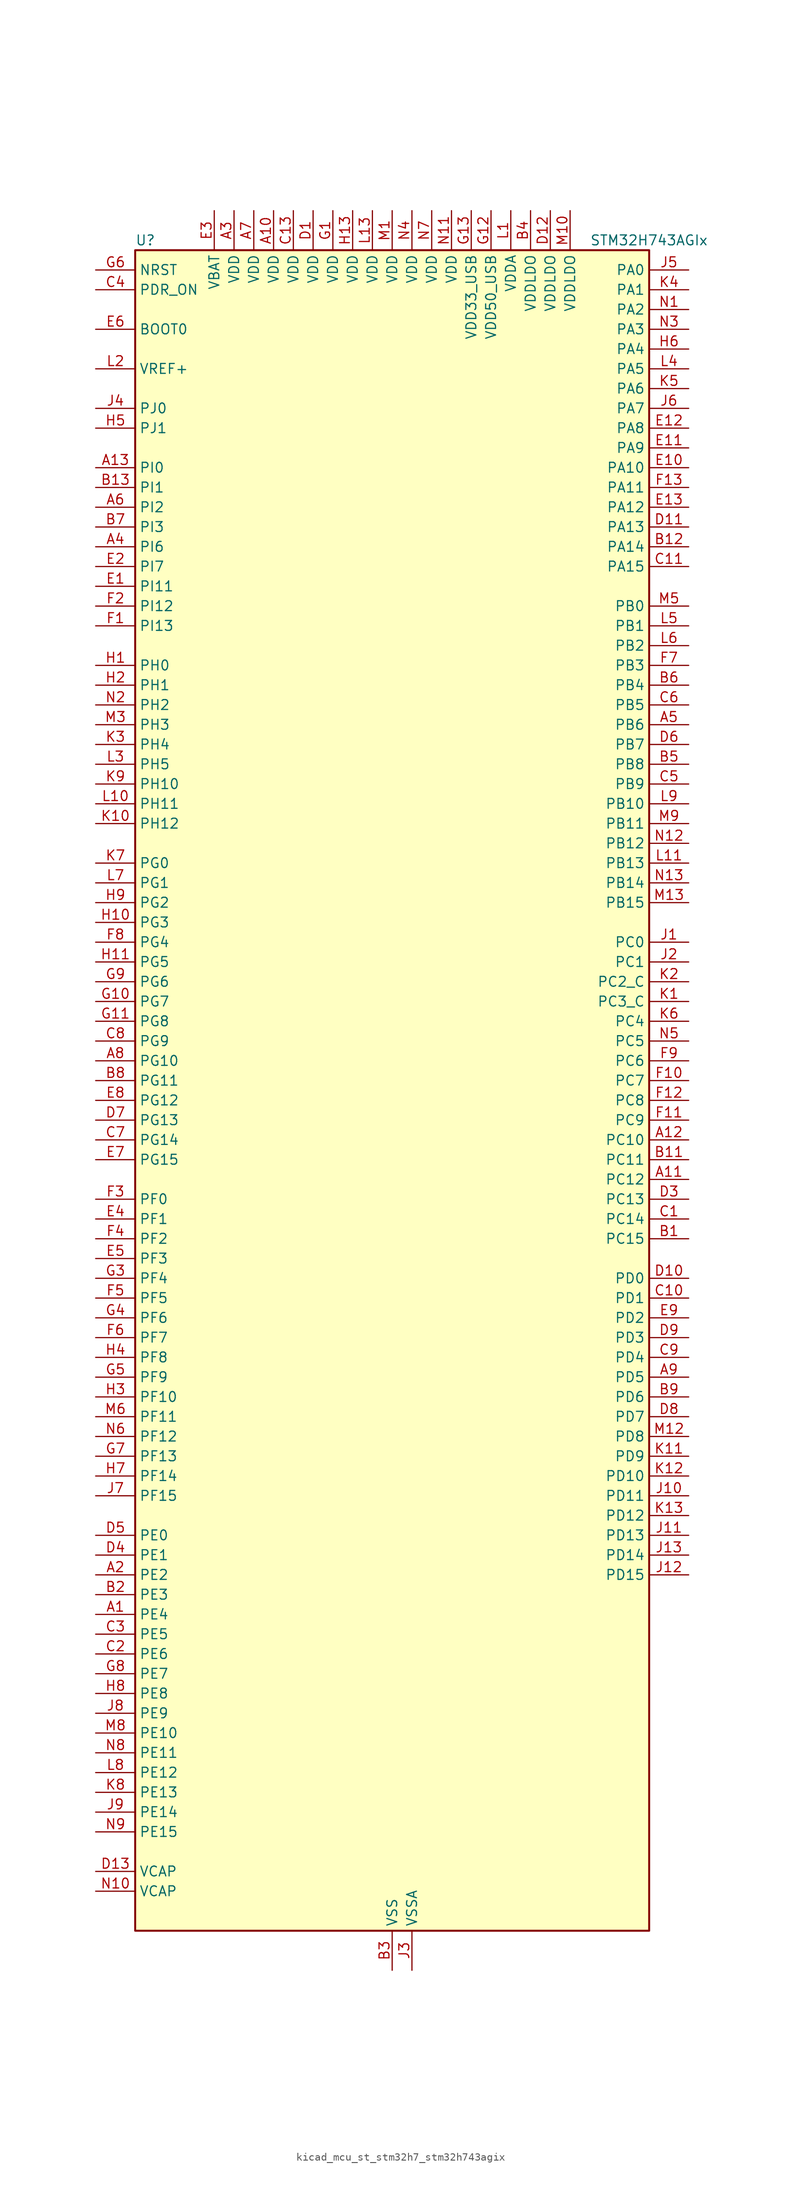
<source format=kicad_sym>
(kicad_symbol_lib
  (version 20220914)
  (generator kicad_symbol_editor)
  (symbol "kicad_mcu_st_stm32h7_stm32h743agix"
    (property "Reference" "U"
      (at -33.02 110.49 0)
      (effects (font (size 1.27 1.27)) (justify left)))
    (property "Value" "STM32H743AGIx"
      (at 25.4 110.49 0)
      (effects (font (size 1.27 1.27)) (justify left)))
    (property "ki_locked" ""
      (at 0 0 0)
      (effects (font (size 1.27 1.27))))
    (symbol "kicad_mcu_st_stm32h7_stm32h743agix_0_1"
      (rectangle (start -33.02 -106.68) (end 33.02 109.22) (stroke (width 0.254) (type default)) (fill (type background))))
    (symbol "kicad_mcu_st_stm32h7_stm32h743agix_1_1"
      (pin bidirectional line (at -38.1 -66.04 0) (length 5.08) (name "PE4" (effects (font (size 1.27 1.27)))) (number "A1" (effects (font (size 1.27 1.27)))) (alternate "DCMI_D4" bidirectional line) (alternate "DEBUG_TRACED1" bidirectional line) (alternate "DFSDM1_DATIN3" bidirectional line) (alternate "FMC_A20" bidirectional line) (alternate "LTDC_B0" bidirectional line) (alternate "SAI1_D2" bidirectional line) (alternate "SAI1_FS_A" bidirectional line) (alternate "SAI4_D2" bidirectional line) (alternate "SAI4_FS_A" bidirectional line) (alternate "SPI4_NSS" bidirectional line) (alternate "TIM15_CH1N" bidirectional line))
      (pin power_in line (at -15.24 114.3 270) (length 5.08) (name "VDD" (effects (font (size 1.27 1.27)))) (number "A10" (effects (font (size 1.27 1.27)))))
      (pin bidirectional line (at 38.1 -10.16 180) (length 5.08) (name "PC12" (effects (font (size 1.27 1.27)))) (number "A11" (effects (font (size 1.27 1.27)))) (alternate "DCMI_D9" bidirectional line) (alternate "DEBUG_TRACED3" bidirectional line) (alternate "HRTIM_EEV2" bidirectional line) (alternate "I2S3_SDO" bidirectional line) (alternate "SDMMC1_CK" bidirectional line) (alternate "SPI3_MOSI" bidirectional line) (alternate "UART5_TX" bidirectional line) (alternate "USART3_CK" bidirectional line))
      (pin bidirectional line (at 38.1 -5.08 180) (length 5.08) (name "PC10" (effects (font (size 1.27 1.27)))) (number "A12" (effects (font (size 1.27 1.27)))) (alternate "DCMI_D8" bidirectional line) (alternate "DFSDM1_CKIN5" bidirectional line) (alternate "HRTIM_EEV1" bidirectional line) (alternate "I2S3_CK" bidirectional line) (alternate "LTDC_R2" bidirectional line) (alternate "QUADSPI_BK1_IO1" bidirectional line) (alternate "SDMMC1_D2" bidirectional line) (alternate "SPI3_SCK" bidirectional line) (alternate "UART4_TX" bidirectional line) (alternate "USART3_TX" bidirectional line))
      (pin bidirectional line (at -38.1 81.28 0) (length 5.08) (name "PI0" (effects (font (size 1.27 1.27)))) (number "A13" (effects (font (size 1.27 1.27)))) (alternate "DCMI_D13" bidirectional line) (alternate "FMC_D24" bidirectional line) (alternate "I2S2_WS" bidirectional line) (alternate "LTDC_G5" bidirectional line) (alternate "SPI2_NSS" bidirectional line) (alternate "TIM5_CH4" bidirectional line))
      (pin bidirectional line (at -38.1 -60.96 0) (length 5.08) (name "PE2" (effects (font (size 1.27 1.27)))) (number "A2" (effects (font (size 1.27 1.27)))) (alternate "DEBUG_TRACECLK" bidirectional line) (alternate "ETH_TXD3" bidirectional line) (alternate "FMC_A23" bidirectional line) (alternate "QUADSPI_BK1_IO2" bidirectional line) (alternate "SAI1_CK1" bidirectional line) (alternate "SAI1_MCLK_A" bidirectional line) (alternate "SAI4_CK1" bidirectional line) (alternate "SAI4_MCLK_A" bidirectional line) (alternate "SPI4_SCK" bidirectional line))
      (pin power_in line (at -20.32 114.3 270) (length 5.08) (name "VDD" (effects (font (size 1.27 1.27)))) (number "A3" (effects (font (size 1.27 1.27)))))
      (pin bidirectional line (at -38.1 71.12 0) (length 5.08) (name "PI6" (effects (font (size 1.27 1.27)))) (number "A4" (effects (font (size 1.27 1.27)))) (alternate "DCMI_D6" bidirectional line) (alternate "FMC_D28" bidirectional line) (alternate "LTDC_B6" bidirectional line) (alternate "SAI2_SD_A" bidirectional line) (alternate "TIM8_CH2" bidirectional line))
      (pin bidirectional line (at 38.1 48.26 180) (length 5.08) (name "PB6" (effects (font (size 1.27 1.27)))) (number "A5" (effects (font (size 1.27 1.27)))) (alternate "CEC" bidirectional line) (alternate "DCMI_D5" bidirectional line) (alternate "DFSDM1_DATIN5" bidirectional line) (alternate "FDCAN2_TX" bidirectional line) (alternate "FMC_SDNE1" bidirectional line) (alternate "HRTIM_EEV8" bidirectional line) (alternate "I2C1_SCL" bidirectional line) (alternate "I2C4_SCL" bidirectional line) (alternate "LPUART1_TX" bidirectional line) (alternate "QUADSPI_BK1_NCS" bidirectional line) (alternate "TIM16_CH1N" bidirectional line) (alternate "TIM4_CH1" bidirectional line) (alternate "UART5_TX" bidirectional line) (alternate "USART1_TX" bidirectional line))
      (pin bidirectional line (at -38.1 76.2 0) (length 5.08) (name "PI2" (effects (font (size 1.27 1.27)))) (number "A6" (effects (font (size 1.27 1.27)))) (alternate "DCMI_D9" bidirectional line) (alternate "FMC_D26" bidirectional line) (alternate "I2S2_SDI" bidirectional line) (alternate "LTDC_G7" bidirectional line) (alternate "SPI2_MISO" bidirectional line) (alternate "TIM8_CH4" bidirectional line))
      (pin power_in line (at -17.78 114.3 270) (length 5.08) (name "VDD" (effects (font (size 1.27 1.27)))) (number "A7" (effects (font (size 1.27 1.27)))))
      (pin bidirectional line (at -38.1 5.08 0) (length 5.08) (name "PG10" (effects (font (size 1.27 1.27)))) (number "A8" (effects (font (size 1.27 1.27)))) (alternate "DCMI_D2" bidirectional line) (alternate "FMC_NE3" bidirectional line) (alternate "HRTIM_FLT5" bidirectional line) (alternate "I2S1_WS" bidirectional line) (alternate "LTDC_B2" bidirectional line) (alternate "LTDC_G3" bidirectional line) (alternate "SAI2_SD_B" bidirectional line) (alternate "SPI1_NSS" bidirectional line))
      (pin bidirectional line (at 38.1 -35.56 180) (length 5.08) (name "PD5" (effects (font (size 1.27 1.27)))) (number "A9" (effects (font (size 1.27 1.27)))) (alternate "FMC_NWE" bidirectional line) (alternate "HRTIM_EEV3" bidirectional line) (alternate "USART2_TX" bidirectional line))
      (pin bidirectional line (at 38.1 -17.78 180) (length 5.08) (name "PC15" (effects (font (size 1.27 1.27)))) (number "B1" (effects (font (size 1.27 1.27)))) (alternate "ADC1_EXTI15" bidirectional line) (alternate "ADC2_EXTI15" bidirectional line) (alternate "ADC3_EXTI15" bidirectional line) (alternate "RCC_OSC32_OUT" bidirectional line))
      (pin passive line (at 0 -111.76 90) (length 5.08) hide (name "VSS" (effects (font (size 1.27 1.27)))) (number "B10" (effects (font (size 1.27 1.27)))))
      (pin bidirectional line (at 38.1 -7.62 180) (length 5.08) (name "PC11" (effects (font (size 1.27 1.27)))) (number "B11" (effects (font (size 1.27 1.27)))) (alternate "ADC1_EXTI11" bidirectional line) (alternate "ADC2_EXTI11" bidirectional line) (alternate "ADC3_EXTI11" bidirectional line) (alternate "DCMI_D4" bidirectional line) (alternate "DFSDM1_DATIN5" bidirectional line) (alternate "HRTIM_FLT2" bidirectional line) (alternate "I2S3_SDI" bidirectional line) (alternate "QUADSPI_BK2_NCS" bidirectional line) (alternate "SDMMC1_D3" bidirectional line) (alternate "SPI3_MISO" bidirectional line) (alternate "UART4_RX" bidirectional line) (alternate "USART3_RX" bidirectional line))
      (pin bidirectional line (at 38.1 71.12 180) (length 5.08) (name "PA14" (effects (font (size 1.27 1.27)))) (number "B12" (effects (font (size 1.27 1.27)))) (alternate "DEBUG_JTCK-SWCLK" bidirectional line))
      (pin bidirectional line (at -38.1 78.74 0) (length 5.08) (name "PI1" (effects (font (size 1.27 1.27)))) (number "B13" (effects (font (size 1.27 1.27)))) (alternate "DCMI_D8" bidirectional line) (alternate "FMC_D25" bidirectional line) (alternate "I2S2_CK" bidirectional line) (alternate "LTDC_G6" bidirectional line) (alternate "SPI2_SCK" bidirectional line) (alternate "TIM8_BKIN2" bidirectional line) (alternate "TIM8_BKIN2_COMP1" bidirectional line) (alternate "TIM8_BKIN2_COMP2" bidirectional line))
      (pin bidirectional line (at -38.1 -63.5 0) (length 5.08) (name "PE3" (effects (font (size 1.27 1.27)))) (number "B2" (effects (font (size 1.27 1.27)))) (alternate "DEBUG_TRACED0" bidirectional line) (alternate "FMC_A19" bidirectional line) (alternate "SAI1_SD_B" bidirectional line) (alternate "SAI4_SD_B" bidirectional line) (alternate "TIM15_BKIN" bidirectional line))
      (pin power_in line (at 0 -111.76 90) (length 5.08) (name "VSS" (effects (font (size 1.27 1.27)))) (number "B3" (effects (font (size 1.27 1.27)))))
      (pin power_in line (at 17.78 114.3 270) (length 5.08) (name "VDDLDO" (effects (font (size 1.27 1.27)))) (number "B4" (effects (font (size 1.27 1.27)))))
      (pin bidirectional line (at 38.1 43.18 180) (length 5.08) (name "PB8" (effects (font (size 1.27 1.27)))) (number "B5" (effects (font (size 1.27 1.27)))) (alternate "DCMI_D6" bidirectional line) (alternate "DFSDM1_CKIN7" bidirectional line) (alternate "ETH_TXD3" bidirectional line) (alternate "FDCAN1_RX" bidirectional line) (alternate "I2C1_SCL" bidirectional line) (alternate "I2C4_SCL" bidirectional line) (alternate "LTDC_B6" bidirectional line) (alternate "SDMMC1_CKIN" bidirectional line) (alternate "SDMMC1_D4" bidirectional line) (alternate "SDMMC2_D4" bidirectional line) (alternate "TIM16_CH1" bidirectional line) (alternate "TIM4_CH3" bidirectional line) (alternate "UART4_RX" bidirectional line))
      (pin bidirectional line (at 38.1 53.34 180) (length 5.08) (name "PB4" (effects (font (size 1.27 1.27)))) (number "B6" (effects (font (size 1.27 1.27)))) (alternate "DEBUG_JTRST" bidirectional line) (alternate "HRTIM_EEV6" bidirectional line) (alternate "I2S1_SDI" bidirectional line) (alternate "I2S2_WS" bidirectional line) (alternate "I2S3_SDI" bidirectional line) (alternate "SDMMC2_D3" bidirectional line) (alternate "SPI1_MISO" bidirectional line) (alternate "SPI2_NSS" bidirectional line) (alternate "SPI3_MISO" bidirectional line) (alternate "SPI6_MISO" bidirectional line) (alternate "TIM16_BKIN" bidirectional line) (alternate "TIM3_CH1" bidirectional line) (alternate "UART7_TX" bidirectional line))
      (pin bidirectional line (at -38.1 73.66 0) (length 5.08) (name "PI3" (effects (font (size 1.27 1.27)))) (number "B7" (effects (font (size 1.27 1.27)))) (alternate "DCMI_D10" bidirectional line) (alternate "FMC_D27" bidirectional line) (alternate "I2S2_SDO" bidirectional line) (alternate "SPI2_MOSI" bidirectional line) (alternate "TIM8_ETR" bidirectional line))
      (pin bidirectional line (at -38.1 2.54 0) (length 5.08) (name "PG11" (effects (font (size 1.27 1.27)))) (number "B8" (effects (font (size 1.27 1.27)))) (alternate "ADC1_EXTI11" bidirectional line) (alternate "ADC2_EXTI11" bidirectional line) (alternate "ADC3_EXTI11" bidirectional line) (alternate "DCMI_D3" bidirectional line) (alternate "ETH_TX_EN" bidirectional line) (alternate "HRTIM_EEV4" bidirectional line) (alternate "I2S1_CK" bidirectional line) (alternate "LPTIM1_IN2" bidirectional line) (alternate "LTDC_B3" bidirectional line) (alternate "SDMMC2_D2" bidirectional line) (alternate "SPDIFRX1_IN0" bidirectional line) (alternate "SPI1_SCK" bidirectional line))
      (pin bidirectional line (at 38.1 -38.1 180) (length 5.08) (name "PD6" (effects (font (size 1.27 1.27)))) (number "B9" (effects (font (size 1.27 1.27)))) (alternate "DCMI_D10" bidirectional line) (alternate "DFSDM1_CKIN4" bidirectional line) (alternate "DFSDM1_DATIN1" bidirectional line) (alternate "FMC_NWAIT" bidirectional line) (alternate "I2S3_SDO" bidirectional line) (alternate "LTDC_B2" bidirectional line) (alternate "SAI1_D1" bidirectional line) (alternate "SAI1_SD_A" bidirectional line) (alternate "SAI4_D1" bidirectional line) (alternate "SAI4_SD_A" bidirectional line) (alternate "SDMMC2_CK" bidirectional line) (alternate "SPI3_MOSI" bidirectional line) (alternate "USART2_RX" bidirectional line))
      (pin bidirectional line (at 38.1 -15.24 180) (length 5.08) (name "PC14" (effects (font (size 1.27 1.27)))) (number "C1" (effects (font (size 1.27 1.27)))) (alternate "RCC_OSC32_IN" bidirectional line))
      (pin bidirectional line (at 38.1 -25.4 180) (length 5.08) (name "PD1" (effects (font (size 1.27 1.27)))) (number "C10" (effects (font (size 1.27 1.27)))) (alternate "DFSDM1_DATIN6" bidirectional line) (alternate "FDCAN1_TX" bidirectional line) (alternate "FMC_D3" bidirectional line) (alternate "FMC_DA3" bidirectional line) (alternate "SAI3_SD_A" bidirectional line) (alternate "UART4_TX" bidirectional line))
      (pin bidirectional line (at 38.1 68.58 180) (length 5.08) (name "PA15" (effects (font (size 1.27 1.27)))) (number "C11" (effects (font (size 1.27 1.27)))) (alternate "ADC1_EXTI15" bidirectional line) (alternate "ADC2_EXTI15" bidirectional line) (alternate "ADC3_EXTI15" bidirectional line) (alternate "CEC" bidirectional line) (alternate "DEBUG_JTDI" bidirectional line) (alternate "HRTIM_FLT1" bidirectional line) (alternate "I2S1_WS" bidirectional line) (alternate "I2S3_WS" bidirectional line) (alternate "SPI1_NSS" bidirectional line) (alternate "SPI3_NSS" bidirectional line) (alternate "SPI6_NSS" bidirectional line) (alternate "TIM2_CH1" bidirectional line) (alternate "TIM2_ETR" bidirectional line) (alternate "UART4_DE" bidirectional line) (alternate "UART4_RTS" bidirectional line) (alternate "UART7_TX" bidirectional line))
      (pin passive line (at 0 -111.76 90) (length 5.08) hide (name "VSS" (effects (font (size 1.27 1.27)))) (number "C12" (effects (font (size 1.27 1.27)))))
      (pin power_in line (at -12.7 114.3 270) (length 5.08) (name "VDD" (effects (font (size 1.27 1.27)))) (number "C13" (effects (font (size 1.27 1.27)))))
      (pin bidirectional line (at -38.1 -71.12 0) (length 5.08) (name "PE6" (effects (font (size 1.27 1.27)))) (number "C2" (effects (font (size 1.27 1.27)))) (alternate "DCMI_D7" bidirectional line) (alternate "DEBUG_TRACED3" bidirectional line) (alternate "FMC_A22" bidirectional line) (alternate "LTDC_G1" bidirectional line) (alternate "SAI1_D1" bidirectional line) (alternate "SAI1_SD_A" bidirectional line) (alternate "SAI2_MCLK_B" bidirectional line) (alternate "SAI4_D1" bidirectional line) (alternate "SAI4_SD_A" bidirectional line) (alternate "SPI4_MOSI" bidirectional line) (alternate "TIM15_CH2" bidirectional line) (alternate "TIM1_BKIN2" bidirectional line) (alternate "TIM1_BKIN2_COMP1" bidirectional line) (alternate "TIM1_BKIN2_COMP2" bidirectional line))
      (pin bidirectional line (at -38.1 -68.58 0) (length 5.08) (name "PE5" (effects (font (size 1.27 1.27)))) (number "C3" (effects (font (size 1.27 1.27)))) (alternate "DCMI_D6" bidirectional line) (alternate "DEBUG_TRACED2" bidirectional line) (alternate "DFSDM1_CKIN3" bidirectional line) (alternate "FMC_A21" bidirectional line) (alternate "LTDC_G0" bidirectional line) (alternate "SAI1_CK2" bidirectional line) (alternate "SAI1_SCK_A" bidirectional line) (alternate "SAI4_CK2" bidirectional line) (alternate "SAI4_SCK_A" bidirectional line) (alternate "SPI4_MISO" bidirectional line) (alternate "TIM15_CH1" bidirectional line))
      (pin input line (at -38.1 104.14 0) (length 5.08) (name "PDR_ON" (effects (font (size 1.27 1.27)))) (number "C4" (effects (font (size 1.27 1.27)))))
      (pin bidirectional line (at 38.1 40.64 180) (length 5.08) (name "PB9" (effects (font (size 1.27 1.27)))) (number "C5" (effects (font (size 1.27 1.27)))) (alternate "DAC1_EXTI9" bidirectional line) (alternate "DCMI_D7" bidirectional line) (alternate "DFSDM1_DATIN7" bidirectional line) (alternate "FDCAN1_TX" bidirectional line) (alternate "I2C1_SDA" bidirectional line) (alternate "I2C4_SDA" bidirectional line) (alternate "I2C4_SMBA" bidirectional line) (alternate "I2S2_WS" bidirectional line) (alternate "LTDC_B7" bidirectional line) (alternate "SDMMC1_CDIR" bidirectional line) (alternate "SDMMC1_D5" bidirectional line) (alternate "SDMMC2_D5" bidirectional line) (alternate "SPI2_NSS" bidirectional line) (alternate "TIM17_CH1" bidirectional line) (alternate "TIM4_CH4" bidirectional line) (alternate "UART4_TX" bidirectional line))
      (pin bidirectional line (at 38.1 50.8 180) (length 5.08) (name "PB5" (effects (font (size 1.27 1.27)))) (number "C6" (effects (font (size 1.27 1.27)))) (alternate "DCMI_D10" bidirectional line) (alternate "ETH_PPS_OUT" bidirectional line) (alternate "FDCAN2_RX" bidirectional line) (alternate "FMC_SDCKE1" bidirectional line) (alternate "HRTIM_EEV7" bidirectional line) (alternate "I2C1_SMBA" bidirectional line) (alternate "I2C4_SMBA" bidirectional line) (alternate "I2S1_SDO" bidirectional line) (alternate "I2S3_SDO" bidirectional line) (alternate "SPI1_MOSI" bidirectional line) (alternate "SPI3_MOSI" bidirectional line) (alternate "SPI6_MOSI" bidirectional line) (alternate "TIM17_BKIN" bidirectional line) (alternate "TIM3_CH2" bidirectional line) (alternate "UART5_RX" bidirectional line) (alternate "USB_OTG_HS_ULPI_D7" bidirectional line))
      (pin bidirectional line (at -38.1 -5.08 0) (length 5.08) (name "PG14" (effects (font (size 1.27 1.27)))) (number "C7" (effects (font (size 1.27 1.27)))) (alternate "DEBUG_TRACED1" bidirectional line) (alternate "ETH_TXD1" bidirectional line) (alternate "FMC_A25" bidirectional line) (alternate "LPTIM1_ETR" bidirectional line) (alternate "LTDC_B0" bidirectional line) (alternate "QUADSPI_BK2_IO3" bidirectional line) (alternate "SPI6_MOSI" bidirectional line) (alternate "USART6_TX" bidirectional line))
      (pin bidirectional line (at -38.1 7.62 0) (length 5.08) (name "PG9" (effects (font (size 1.27 1.27)))) (number "C8" (effects (font (size 1.27 1.27)))) (alternate "DAC1_EXTI9" bidirectional line) (alternate "DCMI_VSYNC" bidirectional line) (alternate "FMC_NCE" bidirectional line) (alternate "FMC_NE2" bidirectional line) (alternate "I2S1_SDI" bidirectional line) (alternate "QUADSPI_BK2_IO2" bidirectional line) (alternate "SAI2_FS_B" bidirectional line) (alternate "SPDIFRX1_IN3" bidirectional line) (alternate "SPI1_MISO" bidirectional line) (alternate "USART6_RX" bidirectional line))
      (pin bidirectional line (at 38.1 -33.02 180) (length 5.08) (name "PD4" (effects (font (size 1.27 1.27)))) (number "C9" (effects (font (size 1.27 1.27)))) (alternate "FMC_NOE" bidirectional line) (alternate "HRTIM_FLT3" bidirectional line) (alternate "SAI3_FS_A" bidirectional line) (alternate "USART2_DE" bidirectional line) (alternate "USART2_RTS" bidirectional line))
      (pin power_in line (at -10.16 114.3 270) (length 5.08) (name "VDD" (effects (font (size 1.27 1.27)))) (number "D1" (effects (font (size 1.27 1.27)))))
      (pin bidirectional line (at 38.1 -22.86 180) (length 5.08) (name "PD0" (effects (font (size 1.27 1.27)))) (number "D10" (effects (font (size 1.27 1.27)))) (alternate "DFSDM1_CKIN6" bidirectional line) (alternate "FDCAN1_RX" bidirectional line) (alternate "FMC_D2" bidirectional line) (alternate "FMC_DA2" bidirectional line) (alternate "SAI3_SCK_A" bidirectional line) (alternate "UART4_RX" bidirectional line))
      (pin bidirectional line (at 38.1 73.66 180) (length 5.08) (name "PA13" (effects (font (size 1.27 1.27)))) (number "D11" (effects (font (size 1.27 1.27)))) (alternate "DEBUG_JTMS-SWDIO" bidirectional line))
      (pin power_in line (at 20.32 114.3 270) (length 5.08) (name "VDDLDO" (effects (font (size 1.27 1.27)))) (number "D12" (effects (font (size 1.27 1.27)))))
      (pin power_out line (at -38.1 -99.06 0) (length 5.08) (name "VCAP" (effects (font (size 1.27 1.27)))) (number "D13" (effects (font (size 1.27 1.27)))))
      (pin passive line (at 0 -111.76 90) (length 5.08) hide (name "VSS" (effects (font (size 1.27 1.27)))) (number "D2" (effects (font (size 1.27 1.27)))))
      (pin bidirectional line (at 38.1 -12.7 180) (length 5.08) (name "PC13" (effects (font (size 1.27 1.27)))) (number "D3" (effects (font (size 1.27 1.27)))) (alternate "PWR_WKUP2" bidirectional line) (alternate "RTC_OUT_ALARM" bidirectional line) (alternate "RTC_OUT_CALIB" bidirectional line) (alternate "RTC_TAMP1" bidirectional line) (alternate "RTC_TS" bidirectional line))
      (pin bidirectional line (at -38.1 -58.42 0) (length 5.08) (name "PE1" (effects (font (size 1.27 1.27)))) (number "D4" (effects (font (size 1.27 1.27)))) (alternate "DCMI_D3" bidirectional line) (alternate "FMC_NBL1" bidirectional line) (alternate "HRTIM_SCOUT" bidirectional line) (alternate "LPTIM1_IN2" bidirectional line) (alternate "UART8_TX" bidirectional line))
      (pin bidirectional line (at -38.1 -55.88 0) (length 5.08) (name "PE0" (effects (font (size 1.27 1.27)))) (number "D5" (effects (font (size 1.27 1.27)))) (alternate "DCMI_D2" bidirectional line) (alternate "FMC_NBL0" bidirectional line) (alternate "HRTIM_SCIN" bidirectional line) (alternate "LPTIM1_ETR" bidirectional line) (alternate "LPTIM2_ETR" bidirectional line) (alternate "SAI2_MCLK_A" bidirectional line) (alternate "TIM4_ETR" bidirectional line) (alternate "UART8_RX" bidirectional line))
      (pin bidirectional line (at 38.1 45.72 180) (length 5.08) (name "PB7" (effects (font (size 1.27 1.27)))) (number "D6" (effects (font (size 1.27 1.27)))) (alternate "DCMI_VSYNC" bidirectional line) (alternate "DFSDM1_CKIN5" bidirectional line) (alternate "FMC_NL" bidirectional line) (alternate "HRTIM_EEV9" bidirectional line) (alternate "I2C1_SDA" bidirectional line) (alternate "I2C4_SDA" bidirectional line) (alternate "LPUART1_RX" bidirectional line) (alternate "PWR_PVD_IN" bidirectional line) (alternate "TIM17_CH1N" bidirectional line) (alternate "TIM4_CH2" bidirectional line) (alternate "USART1_RX" bidirectional line))
      (pin bidirectional line (at -38.1 -2.54 0) (length 5.08) (name "PG13" (effects (font (size 1.27 1.27)))) (number "D7" (effects (font (size 1.27 1.27)))) (alternate "DEBUG_TRACED0" bidirectional line) (alternate "ETH_TXD0" bidirectional line) (alternate "FMC_A24" bidirectional line) (alternate "HRTIM_EEV10" bidirectional line) (alternate "LPTIM1_OUT" bidirectional line) (alternate "LTDC_R0" bidirectional line) (alternate "SPI6_SCK" bidirectional line) (alternate "USART6_CTS" bidirectional line) (alternate "USART6_NSS" bidirectional line))
      (pin bidirectional line (at 38.1 -40.64 180) (length 5.08) (name "PD7" (effects (font (size 1.27 1.27)))) (number "D8" (effects (font (size 1.27 1.27)))) (alternate "DFSDM1_CKIN1" bidirectional line) (alternate "DFSDM1_DATIN4" bidirectional line) (alternate "FMC_NE1" bidirectional line) (alternate "I2S1_SDO" bidirectional line) (alternate "SDMMC2_CMD" bidirectional line) (alternate "SPDIFRX1_IN0" bidirectional line) (alternate "SPI1_MOSI" bidirectional line) (alternate "USART2_CK" bidirectional line))
      (pin bidirectional line (at 38.1 -30.48 180) (length 5.08) (name "PD3" (effects (font (size 1.27 1.27)))) (number "D9" (effects (font (size 1.27 1.27)))) (alternate "DCMI_D5" bidirectional line) (alternate "DFSDM1_CKOUT" bidirectional line) (alternate "FMC_CLK" bidirectional line) (alternate "I2S2_CK" bidirectional line) (alternate "LTDC_G7" bidirectional line) (alternate "SPI2_SCK" bidirectional line) (alternate "USART2_CTS" bidirectional line) (alternate "USART2_NSS" bidirectional line))
      (pin bidirectional line (at -38.1 66.04 0) (length 5.08) (name "PI11" (effects (font (size 1.27 1.27)))) (number "E1" (effects (font (size 1.27 1.27)))) (alternate "ADC1_EXTI11" bidirectional line) (alternate "ADC2_EXTI11" bidirectional line) (alternate "ADC3_EXTI11" bidirectional line) (alternate "LTDC_G6" bidirectional line) (alternate "PWR_WKUP4" bidirectional line) (alternate "USB_OTG_HS_ULPI_DIR" bidirectional line))
      (pin bidirectional line (at 38.1 81.28 180) (length 5.08) (name "PA10" (effects (font (size 1.27 1.27)))) (number "E10" (effects (font (size 1.27 1.27)))) (alternate "DCMI_D1" bidirectional line) (alternate "HRTIM_CHC2" bidirectional line) (alternate "LPUART1_RX" bidirectional line) (alternate "LTDC_B1" bidirectional line) (alternate "LTDC_B4" bidirectional line) (alternate "MDIOS_MDIO" bidirectional line) (alternate "TIM1_CH3" bidirectional line) (alternate "USART1_RX" bidirectional line) (alternate "USB_OTG_FS_ID" bidirectional line))
      (pin bidirectional line (at 38.1 83.82 180) (length 5.08) (name "PA9" (effects (font (size 1.27 1.27)))) (number "E11" (effects (font (size 1.27 1.27)))) (alternate "DAC1_EXTI9" bidirectional line) (alternate "DCMI_D0" bidirectional line) (alternate "HRTIM_CHC1" bidirectional line) (alternate "I2C3_SMBA" bidirectional line) (alternate "I2S2_CK" bidirectional line) (alternate "LPUART1_TX" bidirectional line) (alternate "LTDC_R5" bidirectional line) (alternate "SPI2_SCK" bidirectional line) (alternate "TIM1_CH2" bidirectional line) (alternate "USART1_TX" bidirectional line) (alternate "USB_OTG_FS_VBUS" bidirectional line))
      (pin bidirectional line (at 38.1 86.36 180) (length 5.08) (name "PA8" (effects (font (size 1.27 1.27)))) (number "E12" (effects (font (size 1.27 1.27)))) (alternate "HRTIM_CHB2" bidirectional line) (alternate "I2C3_SCL" bidirectional line) (alternate "LTDC_B3" bidirectional line) (alternate "LTDC_R6" bidirectional line) (alternate "RCC_MCO_1" bidirectional line) (alternate "TIM1_CH1" bidirectional line) (alternate "TIM8_BKIN2" bidirectional line) (alternate "TIM8_BKIN2_COMP1" bidirectional line) (alternate "TIM8_BKIN2_COMP2" bidirectional line) (alternate "UART7_RX" bidirectional line) (alternate "USART1_CK" bidirectional line) (alternate "USB_OTG_FS_SOF" bidirectional line))
      (pin bidirectional line (at 38.1 76.2 180) (length 5.08) (name "PA12" (effects (font (size 1.27 1.27)))) (number "E13" (effects (font (size 1.27 1.27)))) (alternate "FDCAN1_TX" bidirectional line) (alternate "HRTIM_CHD2" bidirectional line) (alternate "I2S2_CK" bidirectional line) (alternate "LPUART1_DE" bidirectional line) (alternate "LPUART1_RTS" bidirectional line) (alternate "LTDC_R5" bidirectional line) (alternate "SAI2_FS_B" bidirectional line) (alternate "SPI2_SCK" bidirectional line) (alternate "TIM1_ETR" bidirectional line) (alternate "UART4_TX" bidirectional line) (alternate "USART1_DE" bidirectional line) (alternate "USART1_RTS" bidirectional line) (alternate "USB_OTG_FS_DP" bidirectional line))
      (pin bidirectional line (at -38.1 68.58 0) (length 5.08) (name "PI7" (effects (font (size 1.27 1.27)))) (number "E2" (effects (font (size 1.27 1.27)))) (alternate "DCMI_D7" bidirectional line) (alternate "FMC_D29" bidirectional line) (alternate "LTDC_B7" bidirectional line) (alternate "SAI2_FS_A" bidirectional line) (alternate "TIM8_CH3" bidirectional line))
      (pin power_in line (at -22.86 114.3 270) (length 5.08) (name "VBAT" (effects (font (size 1.27 1.27)))) (number "E3" (effects (font (size 1.27 1.27)))))
      (pin bidirectional line (at -38.1 -15.24 0) (length 5.08) (name "PF1" (effects (font (size 1.27 1.27)))) (number "E4" (effects (font (size 1.27 1.27)))) (alternate "FMC_A1" bidirectional line) (alternate "I2C2_SCL" bidirectional line))
      (pin bidirectional line (at -38.1 -20.32 0) (length 5.08) (name "PF3" (effects (font (size 1.27 1.27)))) (number "E5" (effects (font (size 1.27 1.27)))) (alternate "ADC3_INP5" bidirectional line) (alternate "FMC_A3" bidirectional line))
      (pin input line (at -38.1 99.06 0) (length 5.08) (name "BOOT0" (effects (font (size 1.27 1.27)))) (number "E6" (effects (font (size 1.27 1.27)))))
      (pin bidirectional line (at -38.1 -7.62 0) (length 5.08) (name "PG15" (effects (font (size 1.27 1.27)))) (number "E7" (effects (font (size 1.27 1.27)))) (alternate "ADC1_EXTI15" bidirectional line) (alternate "ADC2_EXTI15" bidirectional line) (alternate "ADC3_EXTI15" bidirectional line) (alternate "DCMI_D13" bidirectional line) (alternate "FMC_SDNCAS" bidirectional line) (alternate "USART6_CTS" bidirectional line) (alternate "USART6_NSS" bidirectional line))
      (pin bidirectional line (at -38.1 0 0) (length 5.08) (name "PG12" (effects (font (size 1.27 1.27)))) (number "E8" (effects (font (size 1.27 1.27)))) (alternate "ETH_TXD1" bidirectional line) (alternate "FMC_NE4" bidirectional line) (alternate "HRTIM_EEV5" bidirectional line) (alternate "LPTIM1_IN1" bidirectional line) (alternate "LTDC_B1" bidirectional line) (alternate "LTDC_B4" bidirectional line) (alternate "SPDIFRX1_IN1" bidirectional line) (alternate "SPI6_MISO" bidirectional line) (alternate "USART6_DE" bidirectional line) (alternate "USART6_RTS" bidirectional line))
      (pin bidirectional line (at 38.1 -27.94 180) (length 5.08) (name "PD2" (effects (font (size 1.27 1.27)))) (number "E9" (effects (font (size 1.27 1.27)))) (alternate "DCMI_D11" bidirectional line) (alternate "DEBUG_TRACED2" bidirectional line) (alternate "SDMMC1_CMD" bidirectional line) (alternate "TIM3_ETR" bidirectional line) (alternate "UART5_RX" bidirectional line))
      (pin bidirectional line (at -38.1 60.96 0) (length 5.08) (name "PI13" (effects (font (size 1.27 1.27)))) (number "F1" (effects (font (size 1.27 1.27)))) (alternate "LTDC_VSYNC" bidirectional line))
      (pin bidirectional line (at 38.1 2.54 180) (length 5.08) (name "PC7" (effects (font (size 1.27 1.27)))) (number "F10" (effects (font (size 1.27 1.27)))) (alternate "DCMI_D1" bidirectional line) (alternate "DEBUG_TRGIO" bidirectional line) (alternate "DFSDM1_DATIN3" bidirectional line) (alternate "FMC_NE1" bidirectional line) (alternate "HRTIM_CHA2" bidirectional line) (alternate "I2S3_MCK" bidirectional line) (alternate "LTDC_G6" bidirectional line) (alternate "SDMMC1_D123DIR" bidirectional line) (alternate "SDMMC1_D7" bidirectional line) (alternate "SDMMC2_D7" bidirectional line) (alternate "SWPMI1_TX" bidirectional line) (alternate "TIM3_CH2" bidirectional line) (alternate "TIM8_CH2" bidirectional line) (alternate "USART6_RX" bidirectional line))
      (pin bidirectional line (at 38.1 -2.54 180) (length 5.08) (name "PC9" (effects (font (size 1.27 1.27)))) (number "F11" (effects (font (size 1.27 1.27)))) (alternate "DAC1_EXTI9" bidirectional line) (alternate "DCMI_D3" bidirectional line) (alternate "I2C3_SDA" bidirectional line) (alternate "I2S_CKIN" bidirectional line) (alternate "LTDC_B2" bidirectional line) (alternate "LTDC_G3" bidirectional line) (alternate "QUADSPI_BK1_IO0" bidirectional line) (alternate "RCC_MCO_2" bidirectional line) (alternate "SDMMC1_D1" bidirectional line) (alternate "SWPMI1_SUSPEND" bidirectional line) (alternate "TIM3_CH4" bidirectional line) (alternate "TIM8_CH4" bidirectional line) (alternate "UART5_CTS" bidirectional line))
      (pin bidirectional line (at 38.1 0 180) (length 5.08) (name "PC8" (effects (font (size 1.27 1.27)))) (number "F12" (effects (font (size 1.27 1.27)))) (alternate "DCMI_D2" bidirectional line) (alternate "DEBUG_TRACED1" bidirectional line) (alternate "FMC_NCE" bidirectional line) (alternate "FMC_NE2" bidirectional line) (alternate "HRTIM_CHB1" bidirectional line) (alternate "SDMMC1_D0" bidirectional line) (alternate "SWPMI1_RX" bidirectional line) (alternate "TIM3_CH3" bidirectional line) (alternate "TIM8_CH3" bidirectional line) (alternate "UART5_DE" bidirectional line) (alternate "UART5_RTS" bidirectional line) (alternate "USART6_CK" bidirectional line))
      (pin bidirectional line (at 38.1 78.74 180) (length 5.08) (name "PA11" (effects (font (size 1.27 1.27)))) (number "F13" (effects (font (size 1.27 1.27)))) (alternate "ADC1_EXTI11" bidirectional line) (alternate "ADC2_EXTI11" bidirectional line) (alternate "ADC3_EXTI11" bidirectional line) (alternate "FDCAN1_RX" bidirectional line) (alternate "HRTIM_CHD1" bidirectional line) (alternate "I2S2_WS" bidirectional line) (alternate "LPUART1_CTS" bidirectional line) (alternate "LTDC_R4" bidirectional line) (alternate "SPI2_NSS" bidirectional line) (alternate "TIM1_CH4" bidirectional line) (alternate "UART4_RX" bidirectional line) (alternate "USART1_CTS" bidirectional line) (alternate "USART1_NSS" bidirectional line) (alternate "USB_OTG_FS_DM" bidirectional line))
      (pin bidirectional line (at -38.1 63.5 0) (length 5.08) (name "PI12" (effects (font (size 1.27 1.27)))) (number "F2" (effects (font (size 1.27 1.27)))) (alternate "LTDC_HSYNC" bidirectional line))
      (pin bidirectional line (at -38.1 -12.7 0) (length 5.08) (name "PF0" (effects (font (size 1.27 1.27)))) (number "F3" (effects (font (size 1.27 1.27)))) (alternate "FMC_A0" bidirectional line) (alternate "I2C2_SDA" bidirectional line))
      (pin bidirectional line (at -38.1 -17.78 0) (length 5.08) (name "PF2" (effects (font (size 1.27 1.27)))) (number "F4" (effects (font (size 1.27 1.27)))) (alternate "FMC_A2" bidirectional line) (alternate "I2C2_SMBA" bidirectional line))
      (pin bidirectional line (at -38.1 -25.4 0) (length 5.08) (name "PF5" (effects (font (size 1.27 1.27)))) (number "F5" (effects (font (size 1.27 1.27)))) (alternate "ADC3_INP4" bidirectional line) (alternate "FMC_A5" bidirectional line))
      (pin bidirectional line (at -38.1 -30.48 0) (length 5.08) (name "PF7" (effects (font (size 1.27 1.27)))) (number "F6" (effects (font (size 1.27 1.27)))) (alternate "ADC3_INP3" bidirectional line) (alternate "QUADSPI_BK1_IO2" bidirectional line) (alternate "SAI1_MCLK_B" bidirectional line) (alternate "SAI4_MCLK_B" bidirectional line) (alternate "SPI5_SCK" bidirectional line) (alternate "TIM17_CH1" bidirectional line) (alternate "UART7_TX" bidirectional line))
      (pin bidirectional line (at 38.1 55.88 180) (length 5.08) (name "PB3" (effects (font (size 1.27 1.27)))) (number "F7" (effects (font (size 1.27 1.27)))) (alternate "CRS_SYNC" bidirectional line) (alternate "DEBUG_JTDO-SWO" bidirectional line) (alternate "HRTIM_FLT4" bidirectional line) (alternate "I2S1_CK" bidirectional line) (alternate "I2S3_CK" bidirectional line) (alternate "SDMMC2_D2" bidirectional line) (alternate "SPI1_SCK" bidirectional line) (alternate "SPI3_SCK" bidirectional line) (alternate "SPI6_SCK" bidirectional line) (alternate "TIM2_CH2" bidirectional line) (alternate "UART7_RX" bidirectional line))
      (pin bidirectional line (at -38.1 20.32 0) (length 5.08) (name "PG4" (effects (font (size 1.27 1.27)))) (number "F8" (effects (font (size 1.27 1.27)))) (alternate "FMC_A14" bidirectional line) (alternate "FMC_BA0" bidirectional line) (alternate "TIM1_BKIN2" bidirectional line) (alternate "TIM1_BKIN2_COMP1" bidirectional line) (alternate "TIM1_BKIN2_COMP2" bidirectional line))
      (pin bidirectional line (at 38.1 5.08 180) (length 5.08) (name "PC6" (effects (font (size 1.27 1.27)))) (number "F9" (effects (font (size 1.27 1.27)))) (alternate "DCMI_D0" bidirectional line) (alternate "DFSDM1_CKIN3" bidirectional line) (alternate "FMC_NWAIT" bidirectional line) (alternate "HRTIM_CHA1" bidirectional line) (alternate "I2S2_MCK" bidirectional line) (alternate "LTDC_HSYNC" bidirectional line) (alternate "SDMMC1_D0DIR" bidirectional line) (alternate "SDMMC1_D6" bidirectional line) (alternate "SDMMC2_D6" bidirectional line) (alternate "SWPMI1_IO" bidirectional line) (alternate "TIM3_CH1" bidirectional line) (alternate "TIM8_CH1" bidirectional line) (alternate "USART6_TX" bidirectional line))
      (pin power_in line (at -7.62 114.3 270) (length 5.08) (name "VDD" (effects (font (size 1.27 1.27)))) (number "G1" (effects (font (size 1.27 1.27)))))
      (pin bidirectional line (at -38.1 12.7 0) (length 5.08) (name "PG7" (effects (font (size 1.27 1.27)))) (number "G10" (effects (font (size 1.27 1.27)))) (alternate "DCMI_D13" bidirectional line) (alternate "FMC_INT" bidirectional line) (alternate "HRTIM_CHE2" bidirectional line) (alternate "LTDC_CLK" bidirectional line) (alternate "SAI1_MCLK_A" bidirectional line) (alternate "USART6_CK" bidirectional line))
      (pin bidirectional line (at -38.1 10.16 0) (length 5.08) (name "PG8" (effects (font (size 1.27 1.27)))) (number "G11" (effects (font (size 1.27 1.27)))) (alternate "ETH_PPS_OUT" bidirectional line) (alternate "FMC_SDCLK" bidirectional line) (alternate "LTDC_G7" bidirectional line) (alternate "SPDIFRX1_IN2" bidirectional line) (alternate "SPI6_NSS" bidirectional line) (alternate "TIM8_ETR" bidirectional line) (alternate "USART6_DE" bidirectional line) (alternate "USART6_RTS" bidirectional line))
      (pin power_in line (at 12.7 114.3 270) (length 5.08) (name "VDD50_USB" (effects (font (size 1.27 1.27)))) (number "G12" (effects (font (size 1.27 1.27)))))
      (pin power_in line (at 10.16 114.3 270) (length 5.08) (name "VDD33_USB" (effects (font (size 1.27 1.27)))) (number "G13" (effects (font (size 1.27 1.27)))))
      (pin passive line (at 0 -111.76 90) (length 5.08) hide (name "VSS" (effects (font (size 1.27 1.27)))) (number "G2" (effects (font (size 1.27 1.27)))))
      (pin bidirectional line (at -38.1 -22.86 0) (length 5.08) (name "PF4" (effects (font (size 1.27 1.27)))) (number "G3" (effects (font (size 1.27 1.27)))) (alternate "ADC3_INN5" bidirectional line) (alternate "ADC3_INP9" bidirectional line) (alternate "FMC_A4" bidirectional line))
      (pin bidirectional line (at -38.1 -27.94 0) (length 5.08) (name "PF6" (effects (font (size 1.27 1.27)))) (number "G4" (effects (font (size 1.27 1.27)))) (alternate "ADC3_INN4" bidirectional line) (alternate "ADC3_INP8" bidirectional line) (alternate "QUADSPI_BK1_IO3" bidirectional line) (alternate "SAI1_SD_B" bidirectional line) (alternate "SAI4_SD_B" bidirectional line) (alternate "SPI5_NSS" bidirectional line) (alternate "TIM16_CH1" bidirectional line) (alternate "UART7_RX" bidirectional line))
      (pin bidirectional line (at -38.1 -35.56 0) (length 5.08) (name "PF9" (effects (font (size 1.27 1.27)))) (number "G5" (effects (font (size 1.27 1.27)))) (alternate "ADC3_INP2" bidirectional line) (alternate "DAC1_EXTI9" bidirectional line) (alternate "QUADSPI_BK1_IO1" bidirectional line) (alternate "SAI1_FS_B" bidirectional line) (alternate "SAI4_FS_B" bidirectional line) (alternate "SPI5_MOSI" bidirectional line) (alternate "TIM14_CH1" bidirectional line) (alternate "TIM17_CH1N" bidirectional line) (alternate "UART7_CTS" bidirectional line))
      (pin input line (at -38.1 106.68 0) (length 5.08) (name "NRST" (effects (font (size 1.27 1.27)))) (number "G6" (effects (font (size 1.27 1.27)))))
      (pin bidirectional line (at -38.1 -45.72 0) (length 5.08) (name "PF13" (effects (font (size 1.27 1.27)))) (number "G7" (effects (font (size 1.27 1.27)))) (alternate "ADC2_INP2" bidirectional line) (alternate "DFSDM1_DATIN6" bidirectional line) (alternate "FMC_A7" bidirectional line) (alternate "I2C4_SMBA" bidirectional line))
      (pin bidirectional line (at -38.1 -73.66 0) (length 5.08) (name "PE7" (effects (font (size 1.27 1.27)))) (number "G8" (effects (font (size 1.27 1.27)))) (alternate "COMP2_INM" bidirectional line) (alternate "DFSDM1_DATIN2" bidirectional line) (alternate "FMC_D4" bidirectional line) (alternate "FMC_DA4" bidirectional line) (alternate "OPAMP2_VOUT" bidirectional line) (alternate "QUADSPI_BK2_IO0" bidirectional line) (alternate "TIM1_ETR" bidirectional line) (alternate "UART7_RX" bidirectional line))
      (pin bidirectional line (at -38.1 15.24 0) (length 5.08) (name "PG6" (effects (font (size 1.27 1.27)))) (number "G9" (effects (font (size 1.27 1.27)))) (alternate "DCMI_D12" bidirectional line) (alternate "FMC_NE3" bidirectional line) (alternate "HRTIM_CHE1" bidirectional line) (alternate "LTDC_R7" bidirectional line) (alternate "QUADSPI_BK1_NCS" bidirectional line) (alternate "TIM17_BKIN" bidirectional line))
      (pin bidirectional line (at -38.1 55.88 0) (length 5.08) (name "PH0" (effects (font (size 1.27 1.27)))) (number "H1" (effects (font (size 1.27 1.27)))) (alternate "RCC_OSC_IN" bidirectional line))
      (pin bidirectional line (at -38.1 22.86 0) (length 5.08) (name "PG3" (effects (font (size 1.27 1.27)))) (number "H10" (effects (font (size 1.27 1.27)))) (alternate "FMC_A13" bidirectional line) (alternate "TIM8_BKIN2" bidirectional line) (alternate "TIM8_BKIN2_COMP1" bidirectional line) (alternate "TIM8_BKIN2_COMP2" bidirectional line))
      (pin bidirectional line (at -38.1 17.78 0) (length 5.08) (name "PG5" (effects (font (size 1.27 1.27)))) (number "H11" (effects (font (size 1.27 1.27)))) (alternate "FMC_A15" bidirectional line) (alternate "FMC_BA1" bidirectional line) (alternate "TIM1_ETR" bidirectional line))
      (pin passive line (at 0 -111.76 90) (length 5.08) hide (name "VSS" (effects (font (size 1.27 1.27)))) (number "H12" (effects (font (size 1.27 1.27)))))
      (pin power_in line (at -5.08 114.3 270) (length 5.08) (name "VDD" (effects (font (size 1.27 1.27)))) (number "H13" (effects (font (size 1.27 1.27)))))
      (pin bidirectional line (at -38.1 53.34 0) (length 5.08) (name "PH1" (effects (font (size 1.27 1.27)))) (number "H2" (effects (font (size 1.27 1.27)))) (alternate "RCC_OSC_OUT" bidirectional line))
      (pin bidirectional line (at -38.1 -38.1 0) (length 5.08) (name "PF10" (effects (font (size 1.27 1.27)))) (number "H3" (effects (font (size 1.27 1.27)))) (alternate "ADC3_INN2" bidirectional line) (alternate "ADC3_INP6" bidirectional line) (alternate "DCMI_D11" bidirectional line) (alternate "LTDC_DE" bidirectional line) (alternate "QUADSPI_CLK" bidirectional line) (alternate "SAI1_D3" bidirectional line) (alternate "SAI4_D3" bidirectional line) (alternate "TIM16_BKIN" bidirectional line))
      (pin bidirectional line (at -38.1 -33.02 0) (length 5.08) (name "PF8" (effects (font (size 1.27 1.27)))) (number "H4" (effects (font (size 1.27 1.27)))) (alternate "ADC3_INN3" bidirectional line) (alternate "ADC3_INP7" bidirectional line) (alternate "QUADSPI_BK1_IO0" bidirectional line) (alternate "SAI1_SCK_B" bidirectional line) (alternate "SAI4_SCK_B" bidirectional line) (alternate "SPI5_MISO" bidirectional line) (alternate "TIM13_CH1" bidirectional line) (alternate "TIM16_CH1N" bidirectional line) (alternate "UART7_DE" bidirectional line) (alternate "UART7_RTS" bidirectional line))
      (pin bidirectional line (at -38.1 86.36 0) (length 5.08) (name "PJ1" (effects (font (size 1.27 1.27)))) (number "H5" (effects (font (size 1.27 1.27)))) (alternate "LTDC_R2" bidirectional line))
      (pin bidirectional line (at 38.1 96.52 180) (length 5.08) (name "PA4" (effects (font (size 1.27 1.27)))) (number "H6" (effects (font (size 1.27 1.27)))) (alternate "ADC1_INP18" bidirectional line) (alternate "ADC2_INP18" bidirectional line) (alternate "DAC1_OUT1" bidirectional line) (alternate "DCMI_HSYNC" bidirectional line) (alternate "I2S1_WS" bidirectional line) (alternate "I2S3_WS" bidirectional line) (alternate "LTDC_VSYNC" bidirectional line) (alternate "SPI1_NSS" bidirectional line) (alternate "SPI3_NSS" bidirectional line) (alternate "SPI6_NSS" bidirectional line) (alternate "TIM5_ETR" bidirectional line) (alternate "USART2_CK" bidirectional line) (alternate "USB_OTG_HS_SOF" bidirectional line))
      (pin bidirectional line (at -38.1 -48.26 0) (length 5.08) (name "PF14" (effects (font (size 1.27 1.27)))) (number "H7" (effects (font (size 1.27 1.27)))) (alternate "ADC2_INN2" bidirectional line) (alternate "ADC2_INP6" bidirectional line) (alternate "DFSDM1_CKIN6" bidirectional line) (alternate "FMC_A8" bidirectional line) (alternate "I2C4_SCL" bidirectional line))
      (pin bidirectional line (at -38.1 -76.2 0) (length 5.08) (name "PE8" (effects (font (size 1.27 1.27)))) (number "H8" (effects (font (size 1.27 1.27)))) (alternate "COMP2_OUT" bidirectional line) (alternate "DFSDM1_CKIN2" bidirectional line) (alternate "FMC_D5" bidirectional line) (alternate "FMC_DA5" bidirectional line) (alternate "OPAMP2_VINM" bidirectional line) (alternate "OPAMP2_VINM0" bidirectional line) (alternate "QUADSPI_BK2_IO1" bidirectional line) (alternate "TIM1_CH1N" bidirectional line) (alternate "UART7_TX" bidirectional line))
      (pin bidirectional line (at -38.1 25.4 0) (length 5.08) (name "PG2" (effects (font (size 1.27 1.27)))) (number "H9" (effects (font (size 1.27 1.27)))) (alternate "FMC_A12" bidirectional line) (alternate "TIM8_BKIN" bidirectional line) (alternate "TIM8_BKIN_COMP1" bidirectional line) (alternate "TIM8_BKIN_COMP2" bidirectional line))
      (pin bidirectional line (at 38.1 20.32 180) (length 5.08) (name "PC0" (effects (font (size 1.27 1.27)))) (number "J1" (effects (font (size 1.27 1.27)))) (alternate "ADC1_INP10" bidirectional line) (alternate "ADC2_INP10" bidirectional line) (alternate "ADC3_INP10" bidirectional line) (alternate "DFSDM1_CKIN0" bidirectional line) (alternate "DFSDM1_DATIN4" bidirectional line) (alternate "FMC_SDNWE" bidirectional line) (alternate "LTDC_R5" bidirectional line) (alternate "SAI2_FS_B" bidirectional line) (alternate "USB_OTG_HS_ULPI_STP" bidirectional line))
      (pin bidirectional line (at 38.1 -50.8 180) (length 5.08) (name "PD11" (effects (font (size 1.27 1.27)))) (number "J10" (effects (font (size 1.27 1.27)))) (alternate "ADC1_EXTI11" bidirectional line) (alternate "ADC2_EXTI11" bidirectional line) (alternate "ADC3_EXTI11" bidirectional line) (alternate "FMC_A16" bidirectional line) (alternate "FMC_CLE" bidirectional line) (alternate "I2C4_SMBA" bidirectional line) (alternate "LPTIM2_IN2" bidirectional line) (alternate "QUADSPI_BK1_IO0" bidirectional line) (alternate "SAI2_SD_A" bidirectional line) (alternate "USART3_CTS" bidirectional line) (alternate "USART3_NSS" bidirectional line))
      (pin bidirectional line (at 38.1 -55.88 180) (length 5.08) (name "PD13" (effects (font (size 1.27 1.27)))) (number "J11" (effects (font (size 1.27 1.27)))) (alternate "FMC_A18" bidirectional line) (alternate "I2C4_SDA" bidirectional line) (alternate "LPTIM1_OUT" bidirectional line) (alternate "QUADSPI_BK1_IO3" bidirectional line) (alternate "SAI2_SCK_A" bidirectional line) (alternate "TIM4_CH2" bidirectional line))
      (pin bidirectional line (at 38.1 -60.96 180) (length 5.08) (name "PD15" (effects (font (size 1.27 1.27)))) (number "J12" (effects (font (size 1.27 1.27)))) (alternate "ADC1_EXTI15" bidirectional line) (alternate "ADC2_EXTI15" bidirectional line) (alternate "ADC3_EXTI15" bidirectional line) (alternate "FMC_D1" bidirectional line) (alternate "FMC_DA1" bidirectional line) (alternate "SAI3_MCLK_A" bidirectional line) (alternate "TIM4_CH4" bidirectional line) (alternate "UART8_DE" bidirectional line) (alternate "UART8_RTS" bidirectional line))
      (pin bidirectional line (at 38.1 -58.42 180) (length 5.08) (name "PD14" (effects (font (size 1.27 1.27)))) (number "J13" (effects (font (size 1.27 1.27)))) (alternate "FMC_D0" bidirectional line) (alternate "FMC_DA0" bidirectional line) (alternate "SAI3_MCLK_B" bidirectional line) (alternate "TIM4_CH3" bidirectional line) (alternate "UART8_CTS" bidirectional line))
      (pin bidirectional line (at 38.1 17.78 180) (length 5.08) (name "PC1" (effects (font (size 1.27 1.27)))) (number "J2" (effects (font (size 1.27 1.27)))) (alternate "ADC1_INN10" bidirectional line) (alternate "ADC1_INP11" bidirectional line) (alternate "ADC2_INN10" bidirectional line) (alternate "ADC2_INP11" bidirectional line) (alternate "ADC3_INN10" bidirectional line) (alternate "ADC3_INP11" bidirectional line) (alternate "DEBUG_TRACED0" bidirectional line) (alternate "DFSDM1_CKIN4" bidirectional line) (alternate "DFSDM1_DATIN0" bidirectional line) (alternate "ETH_MDC" bidirectional line) (alternate "I2S2_SDO" bidirectional line) (alternate "MDIOS_MDC" bidirectional line) (alternate "PWR_WKUP5" bidirectional line) (alternate "RTC_TAMP3" bidirectional line) (alternate "SAI1_D1" bidirectional line) (alternate "SAI1_SD_A" bidirectional line) (alternate "SAI4_D1" bidirectional line) (alternate "SAI4_SD_A" bidirectional line) (alternate "SDMMC2_CK" bidirectional line) (alternate "SPI2_MOSI" bidirectional line))
      (pin power_in line (at 2.54 -111.76 90) (length 5.08) (name "VSSA" (effects (font (size 1.27 1.27)))) (number "J3" (effects (font (size 1.27 1.27)))))
      (pin bidirectional line (at -38.1 88.9 0) (length 5.08) (name "PJ0" (effects (font (size 1.27 1.27)))) (number "J4" (effects (font (size 1.27 1.27)))) (alternate "LTDC_R1" bidirectional line) (alternate "LTDC_R7" bidirectional line))
      (pin bidirectional line (at 38.1 106.68 180) (length 5.08) (name "PA0" (effects (font (size 1.27 1.27)))) (number "J5" (effects (font (size 1.27 1.27)))) (alternate "ADC1_INP16" bidirectional line) (alternate "ETH_CRS" bidirectional line) (alternate "PWR_WKUP0" bidirectional line) (alternate "SAI2_SD_B" bidirectional line) (alternate "SDMMC2_CMD" bidirectional line) (alternate "TIM15_BKIN" bidirectional line) (alternate "TIM2_CH1" bidirectional line) (alternate "TIM2_ETR" bidirectional line) (alternate "TIM5_CH1" bidirectional line) (alternate "TIM8_ETR" bidirectional line) (alternate "UART4_TX" bidirectional line) (alternate "USART2_CTS" bidirectional line) (alternate "USART2_NSS" bidirectional line))
      (pin bidirectional line (at 38.1 88.9 180) (length 5.08) (name "PA7" (effects (font (size 1.27 1.27)))) (number "J6" (effects (font (size 1.27 1.27)))) (alternate "ADC1_INN3" bidirectional line) (alternate "ADC1_INP7" bidirectional line) (alternate "ADC2_INN3" bidirectional line) (alternate "ADC2_INP7" bidirectional line) (alternate "ETH_CRS_DV" bidirectional line) (alternate "ETH_RX_DV" bidirectional line) (alternate "FMC_SDNWE" bidirectional line) (alternate "I2S1_SDO" bidirectional line) (alternate "OPAMP1_VINM" bidirectional line) (alternate "OPAMP1_VINM1" bidirectional line) (alternate "SPI1_MOSI" bidirectional line) (alternate "SPI6_MOSI" bidirectional line) (alternate "TIM14_CH1" bidirectional line) (alternate "TIM1_CH1N" bidirectional line) (alternate "TIM3_CH2" bidirectional line) (alternate "TIM8_CH1N" bidirectional line))
      (pin bidirectional line (at -38.1 -50.8 0) (length 5.08) (name "PF15" (effects (font (size 1.27 1.27)))) (number "J7" (effects (font (size 1.27 1.27)))) (alternate "ADC1_EXTI15" bidirectional line) (alternate "ADC2_EXTI15" bidirectional line) (alternate "ADC3_EXTI15" bidirectional line) (alternate "FMC_A9" bidirectional line) (alternate "I2C4_SDA" bidirectional line))
      (pin bidirectional line (at -38.1 -78.74 0) (length 5.08) (name "PE9" (effects (font (size 1.27 1.27)))) (number "J8" (effects (font (size 1.27 1.27)))) (alternate "COMP2_INP" bidirectional line) (alternate "DAC1_EXTI9" bidirectional line) (alternate "DFSDM1_CKOUT" bidirectional line) (alternate "FMC_D6" bidirectional line) (alternate "FMC_DA6" bidirectional line) (alternate "OPAMP2_VINP" bidirectional line) (alternate "QUADSPI_BK2_IO2" bidirectional line) (alternate "TIM1_CH1" bidirectional line) (alternate "UART7_DE" bidirectional line) (alternate "UART7_RTS" bidirectional line))
      (pin bidirectional line (at -38.1 -91.44 0) (length 5.08) (name "PE14" (effects (font (size 1.27 1.27)))) (number "J9" (effects (font (size 1.27 1.27)))) (alternate "FMC_D11" bidirectional line) (alternate "FMC_DA11" bidirectional line) (alternate "LTDC_CLK" bidirectional line) (alternate "SAI2_MCLK_B" bidirectional line) (alternate "SPI4_MOSI" bidirectional line) (alternate "TIM1_CH4" bidirectional line))
      (pin bidirectional line (at 38.1 12.7 180) (length 5.08) (name "PC3_C" (effects (font (size 1.27 1.27)))) (number "K1" (effects (font (size 1.27 1.27)))) (alternate "ADC3_INP1" bidirectional line) (alternate "DFSDM1_DATIN1" bidirectional line) (alternate "ETH_TX_CLK" bidirectional line) (alternate "FMC_SDCKE0" bidirectional line) (alternate "I2S2_SDO" bidirectional line) (alternate "PWR_CSLEEP" bidirectional line) (alternate "SPI2_MOSI" bidirectional line) (alternate "USB_OTG_HS_ULPI_NXT" bidirectional line))
      (pin bidirectional line (at -38.1 35.56 0) (length 5.08) (name "PH12" (effects (font (size 1.27 1.27)))) (number "K10" (effects (font (size 1.27 1.27)))) (alternate "DCMI_D3" bidirectional line) (alternate "FMC_D20" bidirectional line) (alternate "I2C4_SDA" bidirectional line) (alternate "LTDC_R6" bidirectional line) (alternate "TIM5_CH3" bidirectional line))
      (pin bidirectional line (at 38.1 -45.72 180) (length 5.08) (name "PD9" (effects (font (size 1.27 1.27)))) (number "K11" (effects (font (size 1.27 1.27)))) (alternate "DAC1_EXTI9" bidirectional line) (alternate "DFSDM1_DATIN3" bidirectional line) (alternate "FMC_D14" bidirectional line) (alternate "FMC_DA14" bidirectional line) (alternate "SAI3_SD_B" bidirectional line) (alternate "USART3_RX" bidirectional line))
      (pin bidirectional line (at 38.1 -48.26 180) (length 5.08) (name "PD10" (effects (font (size 1.27 1.27)))) (number "K12" (effects (font (size 1.27 1.27)))) (alternate "DFSDM1_CKOUT" bidirectional line) (alternate "FMC_D15" bidirectional line) (alternate "FMC_DA15" bidirectional line) (alternate "LTDC_B3" bidirectional line) (alternate "SAI3_FS_B" bidirectional line) (alternate "USART3_CK" bidirectional line))
      (pin bidirectional line (at 38.1 -53.34 180) (length 5.08) (name "PD12" (effects (font (size 1.27 1.27)))) (number "K13" (effects (font (size 1.27 1.27)))) (alternate "FMC_A17" bidirectional line) (alternate "FMC_ALE" bidirectional line) (alternate "I2C4_SCL" bidirectional line) (alternate "LPTIM1_IN1" bidirectional line) (alternate "LPTIM2_IN1" bidirectional line) (alternate "QUADSPI_BK1_IO1" bidirectional line) (alternate "SAI2_FS_A" bidirectional line) (alternate "TIM4_CH1" bidirectional line) (alternate "USART3_DE" bidirectional line) (alternate "USART3_RTS" bidirectional line))
      (pin bidirectional line (at 38.1 15.24 180) (length 5.08) (name "PC2_C" (effects (font (size 1.27 1.27)))) (number "K2" (effects (font (size 1.27 1.27)))) (alternate "ADC3_INN1" bidirectional line) (alternate "ADC3_INP0" bidirectional line) (alternate "DFSDM1_CKIN1" bidirectional line) (alternate "DFSDM1_CKOUT" bidirectional line) (alternate "ETH_TXD2" bidirectional line) (alternate "FMC_SDNE0" bidirectional line) (alternate "I2S2_SDI" bidirectional line) (alternate "PWR_CSTOP" bidirectional line) (alternate "SPI2_MISO" bidirectional line) (alternate "USB_OTG_HS_ULPI_DIR" bidirectional line))
      (pin bidirectional line (at -38.1 45.72 0) (length 5.08) (name "PH4" (effects (font (size 1.27 1.27)))) (number "K3" (effects (font (size 1.27 1.27)))) (alternate "ADC3_INN14" bidirectional line) (alternate "ADC3_INP15" bidirectional line) (alternate "I2C2_SCL" bidirectional line) (alternate "LTDC_G4" bidirectional line) (alternate "LTDC_G5" bidirectional line) (alternate "USB_OTG_HS_ULPI_NXT" bidirectional line))
      (pin bidirectional line (at 38.1 104.14 180) (length 5.08) (name "PA1" (effects (font (size 1.27 1.27)))) (number "K4" (effects (font (size 1.27 1.27)))) (alternate "ADC1_INN16" bidirectional line) (alternate "ADC1_INP17" bidirectional line) (alternate "ETH_REF_CLK" bidirectional line) (alternate "ETH_RX_CLK" bidirectional line) (alternate "LPTIM3_OUT" bidirectional line) (alternate "LTDC_R2" bidirectional line) (alternate "QUADSPI_BK1_IO3" bidirectional line) (alternate "SAI2_MCLK_B" bidirectional line) (alternate "TIM15_CH1N" bidirectional line) (alternate "TIM2_CH2" bidirectional line) (alternate "TIM5_CH2" bidirectional line) (alternate "UART4_RX" bidirectional line) (alternate "USART2_DE" bidirectional line) (alternate "USART2_RTS" bidirectional line))
      (pin bidirectional line (at 38.1 91.44 180) (length 5.08) (name "PA6" (effects (font (size 1.27 1.27)))) (number "K5" (effects (font (size 1.27 1.27)))) (alternate "ADC1_INP3" bidirectional line) (alternate "ADC2_INP3" bidirectional line) (alternate "DCMI_PIXCLK" bidirectional line) (alternate "I2S1_SDI" bidirectional line) (alternate "LTDC_G2" bidirectional line) (alternate "MDIOS_MDC" bidirectional line) (alternate "SPI1_MISO" bidirectional line) (alternate "SPI6_MISO" bidirectional line) (alternate "TIM13_CH1" bidirectional line) (alternate "TIM1_BKIN" bidirectional line) (alternate "TIM1_BKIN_COMP1" bidirectional line) (alternate "TIM1_BKIN_COMP2" bidirectional line) (alternate "TIM3_CH1" bidirectional line) (alternate "TIM8_BKIN" bidirectional line) (alternate "TIM8_BKIN_COMP1" bidirectional line) (alternate "TIM8_BKIN_COMP2" bidirectional line))
      (pin bidirectional line (at 38.1 10.16 180) (length 5.08) (name "PC4" (effects (font (size 1.27 1.27)))) (number "K6" (effects (font (size 1.27 1.27)))) (alternate "ADC1_INP4" bidirectional line) (alternate "ADC2_INP4" bidirectional line) (alternate "COMP1_INM" bidirectional line) (alternate "DFSDM1_CKIN2" bidirectional line) (alternate "ETH_RXD0" bidirectional line) (alternate "FMC_SDNE0" bidirectional line) (alternate "I2S1_MCK" bidirectional line) (alternate "OPAMP1_VOUT" bidirectional line) (alternate "SPDIFRX1_IN2" bidirectional line))
      (pin bidirectional line (at -38.1 30.48 0) (length 5.08) (name "PG0" (effects (font (size 1.27 1.27)))) (number "K7" (effects (font (size 1.27 1.27)))) (alternate "FMC_A10" bidirectional line))
      (pin bidirectional line (at -38.1 -88.9 0) (length 5.08) (name "PE13" (effects (font (size 1.27 1.27)))) (number "K8" (effects (font (size 1.27 1.27)))) (alternate "COMP2_OUT" bidirectional line) (alternate "DFSDM1_CKIN5" bidirectional line) (alternate "FMC_D10" bidirectional line) (alternate "FMC_DA10" bidirectional line) (alternate "LTDC_DE" bidirectional line) (alternate "SAI2_FS_B" bidirectional line) (alternate "SPI4_MISO" bidirectional line) (alternate "TIM1_CH3" bidirectional line))
      (pin bidirectional line (at -38.1 40.64 0) (length 5.08) (name "PH10" (effects (font (size 1.27 1.27)))) (number "K9" (effects (font (size 1.27 1.27)))) (alternate "DCMI_D1" bidirectional line) (alternate "FMC_D18" bidirectional line) (alternate "I2C4_SMBA" bidirectional line) (alternate "LTDC_R4" bidirectional line) (alternate "TIM5_CH1" bidirectional line))
      (pin power_in line (at 15.24 114.3 270) (length 5.08) (name "VDDA" (effects (font (size 1.27 1.27)))) (number "L1" (effects (font (size 1.27 1.27)))))
      (pin bidirectional line (at -38.1 38.1 0) (length 5.08) (name "PH11" (effects (font (size 1.27 1.27)))) (number "L10" (effects (font (size 1.27 1.27)))) (alternate "ADC1_EXTI11" bidirectional line) (alternate "ADC2_EXTI11" bidirectional line) (alternate "ADC3_EXTI11" bidirectional line) (alternate "DCMI_D2" bidirectional line) (alternate "FMC_D19" bidirectional line) (alternate "I2C4_SCL" bidirectional line) (alternate "LTDC_R5" bidirectional line) (alternate "TIM5_CH2" bidirectional line))
      (pin bidirectional line (at 38.1 30.48 180) (length 5.08) (name "PB13" (effects (font (size 1.27 1.27)))) (number "L11" (effects (font (size 1.27 1.27)))) (alternate "DFSDM1_CKIN1" bidirectional line) (alternate "ETH_TXD1" bidirectional line) (alternate "FDCAN2_TX" bidirectional line) (alternate "I2S2_CK" bidirectional line) (alternate "LPTIM2_OUT" bidirectional line) (alternate "SPI2_SCK" bidirectional line) (alternate "TIM1_CH1N" bidirectional line) (alternate "UART5_TX" bidirectional line) (alternate "USART3_CTS" bidirectional line) (alternate "USART3_NSS" bidirectional line) (alternate "USB_OTG_HS_ULPI_D6" bidirectional line) (alternate "USB_OTG_HS_VBUS" bidirectional line))
      (pin passive line (at 0 -111.76 90) (length 5.08) hide (name "VSS" (effects (font (size 1.27 1.27)))) (number "L12" (effects (font (size 1.27 1.27)))))
      (pin power_in line (at -2.54 114.3 270) (length 5.08) (name "VDD" (effects (font (size 1.27 1.27)))) (number "L13" (effects (font (size 1.27 1.27)))))
      (pin input line (at -38.1 93.98 0) (length 5.08) (name "VREF+" (effects (font (size 1.27 1.27)))) (number "L2" (effects (font (size 1.27 1.27)))) (alternate "VREFBUF_OUT" bidirectional line))
      (pin bidirectional line (at -38.1 43.18 0) (length 5.08) (name "PH5" (effects (font (size 1.27 1.27)))) (number "L3" (effects (font (size 1.27 1.27)))) (alternate "ADC3_INN15" bidirectional line) (alternate "ADC3_INP16" bidirectional line) (alternate "FMC_SDNWE" bidirectional line) (alternate "I2C2_SDA" bidirectional line) (alternate "SPI5_NSS" bidirectional line))
      (pin bidirectional line (at 38.1 93.98 180) (length 5.08) (name "PA5" (effects (font (size 1.27 1.27)))) (number "L4" (effects (font (size 1.27 1.27)))) (alternate "ADC1_INN18" bidirectional line) (alternate "ADC1_INP19" bidirectional line) (alternate "ADC2_INN18" bidirectional line) (alternate "ADC2_INP19" bidirectional line) (alternate "DAC1_OUT2" bidirectional line) (alternate "I2S1_CK" bidirectional line) (alternate "LTDC_R4" bidirectional line) (alternate "PWR_NDSTOP2" bidirectional line) (alternate "SPI1_SCK" bidirectional line) (alternate "SPI6_SCK" bidirectional line) (alternate "TIM2_CH1" bidirectional line) (alternate "TIM2_ETR" bidirectional line) (alternate "TIM8_CH1N" bidirectional line) (alternate "USB_OTG_HS_ULPI_CK" bidirectional line))
      (pin bidirectional line (at 38.1 60.96 180) (length 5.08) (name "PB1" (effects (font (size 1.27 1.27)))) (number "L5" (effects (font (size 1.27 1.27)))) (alternate "ADC1_INP5" bidirectional line) (alternate "ADC2_INP5" bidirectional line) (alternate "COMP1_INM" bidirectional line) (alternate "DFSDM1_DATIN1" bidirectional line) (alternate "ETH_RXD3" bidirectional line) (alternate "LTDC_G0" bidirectional line) (alternate "LTDC_R6" bidirectional line) (alternate "TIM1_CH3N" bidirectional line) (alternate "TIM3_CH4" bidirectional line) (alternate "TIM8_CH3N" bidirectional line) (alternate "USB_OTG_HS_ULPI_D2" bidirectional line))
      (pin bidirectional line (at 38.1 58.42 180) (length 5.08) (name "PB2" (effects (font (size 1.27 1.27)))) (number "L6" (effects (font (size 1.27 1.27)))) (alternate "COMP1_INP" bidirectional line) (alternate "DFSDM1_CKIN1" bidirectional line) (alternate "I2S3_SDO" bidirectional line) (alternate "QUADSPI_CLK" bidirectional line) (alternate "RTC_OUT_ALARM" bidirectional line) (alternate "RTC_OUT_CALIB" bidirectional line) (alternate "SAI1_D1" bidirectional line) (alternate "SAI1_SD_A" bidirectional line) (alternate "SAI4_D1" bidirectional line) (alternate "SAI4_SD_A" bidirectional line) (alternate "SPI3_MOSI" bidirectional line))
      (pin bidirectional line (at -38.1 27.94 0) (length 5.08) (name "PG1" (effects (font (size 1.27 1.27)))) (number "L7" (effects (font (size 1.27 1.27)))) (alternate "FMC_A11" bidirectional line) (alternate "OPAMP2_VINM" bidirectional line) (alternate "OPAMP2_VINM1" bidirectional line))
      (pin bidirectional line (at -38.1 -86.36 0) (length 5.08) (name "PE12" (effects (font (size 1.27 1.27)))) (number "L8" (effects (font (size 1.27 1.27)))) (alternate "COMP1_OUT" bidirectional line) (alternate "DFSDM1_DATIN5" bidirectional line) (alternate "FMC_D9" bidirectional line) (alternate "FMC_DA9" bidirectional line) (alternate "LTDC_B4" bidirectional line) (alternate "SAI2_SCK_B" bidirectional line) (alternate "SPI4_SCK" bidirectional line) (alternate "TIM1_CH3N" bidirectional line))
      (pin bidirectional line (at 38.1 38.1 180) (length 5.08) (name "PB10" (effects (font (size 1.27 1.27)))) (number "L9" (effects (font (size 1.27 1.27)))) (alternate "DFSDM1_DATIN7" bidirectional line) (alternate "ETH_RX_ER" bidirectional line) (alternate "HRTIM_SCOUT" bidirectional line) (alternate "I2C2_SCL" bidirectional line) (alternate "I2S2_CK" bidirectional line) (alternate "LPTIM2_IN1" bidirectional line) (alternate "LTDC_G4" bidirectional line) (alternate "QUADSPI_BK1_NCS" bidirectional line) (alternate "SPI2_SCK" bidirectional line) (alternate "TIM2_CH3" bidirectional line) (alternate "USART3_TX" bidirectional line) (alternate "USB_OTG_HS_ULPI_D3" bidirectional line))
      (pin power_in line (at 0 114.3 270) (length 5.08) (name "VDD" (effects (font (size 1.27 1.27)))) (number "M1" (effects (font (size 1.27 1.27)))))
      (pin power_in line (at 22.86 114.3 270) (length 5.08) (name "VDDLDO" (effects (font (size 1.27 1.27)))) (number "M10" (effects (font (size 1.27 1.27)))))
      (pin passive line (at 0 -111.76 90) (length 5.08) hide (name "VSS" (effects (font (size 1.27 1.27)))) (number "M11" (effects (font (size 1.27 1.27)))))
      (pin bidirectional line (at 38.1 -43.18 180) (length 5.08) (name "PD8" (effects (font (size 1.27 1.27)))) (number "M12" (effects (font (size 1.27 1.27)))) (alternate "DFSDM1_CKIN3" bidirectional line) (alternate "FMC_D13" bidirectional line) (alternate "FMC_DA13" bidirectional line) (alternate "SAI3_SCK_B" bidirectional line) (alternate "SPDIFRX1_IN1" bidirectional line) (alternate "USART3_TX" bidirectional line))
      (pin bidirectional line (at 38.1 25.4 180) (length 5.08) (name "PB15" (effects (font (size 1.27 1.27)))) (number "M13" (effects (font (size 1.27 1.27)))) (alternate "ADC1_EXTI15" bidirectional line) (alternate "ADC2_EXTI15" bidirectional line) (alternate "ADC3_EXTI15" bidirectional line) (alternate "DFSDM1_CKIN2" bidirectional line) (alternate "I2S2_SDO" bidirectional line) (alternate "RTC_REFIN" bidirectional line) (alternate "SDMMC2_D1" bidirectional line) (alternate "SPI2_MOSI" bidirectional line) (alternate "TIM12_CH2" bidirectional line) (alternate "TIM1_CH3N" bidirectional line) (alternate "TIM8_CH3N" bidirectional line) (alternate "UART4_CTS" bidirectional line) (alternate "USART1_RX" bidirectional line) (alternate "USB_OTG_HS_DP" bidirectional line))
      (pin passive line (at 0 -111.76 90) (length 5.08) hide (name "VSS" (effects (font (size 1.27 1.27)))) (number "M2" (effects (font (size 1.27 1.27)))))
      (pin bidirectional line (at -38.1 48.26 0) (length 5.08) (name "PH3" (effects (font (size 1.27 1.27)))) (number "M3" (effects (font (size 1.27 1.27)))) (alternate "ADC3_INN13" bidirectional line) (alternate "ADC3_INP14" bidirectional line) (alternate "ETH_COL" bidirectional line) (alternate "FMC_SDNE0" bidirectional line) (alternate "LTDC_R1" bidirectional line) (alternate "QUADSPI_BK2_IO1" bidirectional line) (alternate "SAI2_MCLK_B" bidirectional line))
      (pin passive line (at 0 -111.76 90) (length 5.08) hide (name "VSS" (effects (font (size 1.27 1.27)))) (number "M4" (effects (font (size 1.27 1.27)))))
      (pin bidirectional line (at 38.1 63.5 180) (length 5.08) (name "PB0" (effects (font (size 1.27 1.27)))) (number "M5" (effects (font (size 1.27 1.27)))) (alternate "ADC1_INN5" bidirectional line) (alternate "ADC1_INP9" bidirectional line) (alternate "ADC2_INN5" bidirectional line) (alternate "ADC2_INP9" bidirectional line) (alternate "COMP1_INP" bidirectional line) (alternate "DFSDM1_CKOUT" bidirectional line) (alternate "ETH_RXD2" bidirectional line) (alternate "LTDC_G1" bidirectional line) (alternate "LTDC_R3" bidirectional line) (alternate "OPAMP1_VINP" bidirectional line) (alternate "TIM1_CH2N" bidirectional line) (alternate "TIM3_CH3" bidirectional line) (alternate "TIM8_CH2N" bidirectional line) (alternate "UART4_CTS" bidirectional line) (alternate "USB_OTG_HS_ULPI_D1" bidirectional line))
      (pin bidirectional line (at -38.1 -40.64 0) (length 5.08) (name "PF11" (effects (font (size 1.27 1.27)))) (number "M6" (effects (font (size 1.27 1.27)))) (alternate "ADC1_EXTI11" bidirectional line) (alternate "ADC1_INP2" bidirectional line) (alternate "ADC2_EXTI11" bidirectional line) (alternate "ADC3_EXTI11" bidirectional line) (alternate "DCMI_D12" bidirectional line) (alternate "FMC_SDNRAS" bidirectional line) (alternate "SAI2_SD_B" bidirectional line) (alternate "SPI5_MOSI" bidirectional line))
      (pin passive line (at 0 -111.76 90) (length 5.08) hide (name "VSS" (effects (font (size 1.27 1.27)))) (number "M7" (effects (font (size 1.27 1.27)))))
      (pin bidirectional line (at -38.1 -81.28 0) (length 5.08) (name "PE10" (effects (font (size 1.27 1.27)))) (number "M8" (effects (font (size 1.27 1.27)))) (alternate "COMP2_INM" bidirectional line) (alternate "DFSDM1_DATIN4" bidirectional line) (alternate "FMC_D7" bidirectional line) (alternate "FMC_DA7" bidirectional line) (alternate "QUADSPI_BK2_IO3" bidirectional line) (alternate "TIM1_CH2N" bidirectional line) (alternate "UART7_CTS" bidirectional line))
      (pin bidirectional line (at 38.1 35.56 180) (length 5.08) (name "PB11" (effects (font (size 1.27 1.27)))) (number "M9" (effects (font (size 1.27 1.27)))) (alternate "ADC1_EXTI11" bidirectional line) (alternate "ADC2_EXTI11" bidirectional line) (alternate "ADC3_EXTI11" bidirectional line) (alternate "DFSDM1_CKIN7" bidirectional line) (alternate "ETH_TX_EN" bidirectional line) (alternate "HRTIM_SCIN" bidirectional line) (alternate "I2C2_SDA" bidirectional line) (alternate "LPTIM2_ETR" bidirectional line) (alternate "LTDC_G5" bidirectional line) (alternate "TIM2_CH4" bidirectional line) (alternate "USART3_RX" bidirectional line) (alternate "USB_OTG_HS_ULPI_D4" bidirectional line))
      (pin bidirectional line (at 38.1 101.6 180) (length 5.08) (name "PA2" (effects (font (size 1.27 1.27)))) (number "N1" (effects (font (size 1.27 1.27)))) (alternate "ADC1_INP14" bidirectional line) (alternate "ADC2_INP14" bidirectional line) (alternate "ETH_MDIO" bidirectional line) (alternate "LPTIM4_OUT" bidirectional line) (alternate "LTDC_R1" bidirectional line) (alternate "MDIOS_MDIO" bidirectional line) (alternate "PWR_WKUP1" bidirectional line) (alternate "SAI2_SCK_B" bidirectional line) (alternate "TIM15_CH1" bidirectional line) (alternate "TIM2_CH3" bidirectional line) (alternate "TIM5_CH3" bidirectional line) (alternate "USART2_TX" bidirectional line))
      (pin power_out line (at -38.1 -101.6 0) (length 5.08) (name "VCAP" (effects (font (size 1.27 1.27)))) (number "N10" (effects (font (size 1.27 1.27)))))
      (pin power_in line (at 7.62 114.3 270) (length 5.08) (name "VDD" (effects (font (size 1.27 1.27)))) (number "N11" (effects (font (size 1.27 1.27)))))
      (pin bidirectional line (at 38.1 33.02 180) (length 5.08) (name "PB12" (effects (font (size 1.27 1.27)))) (number "N12" (effects (font (size 1.27 1.27)))) (alternate "DFSDM1_DATIN1" bidirectional line) (alternate "ETH_TXD0" bidirectional line) (alternate "FDCAN2_RX" bidirectional line) (alternate "I2C2_SMBA" bidirectional line) (alternate "I2S2_WS" bidirectional line) (alternate "SPI2_NSS" bidirectional line) (alternate "TIM1_BKIN" bidirectional line) (alternate "TIM1_BKIN_COMP1" bidirectional line) (alternate "TIM1_BKIN_COMP2" bidirectional line) (alternate "UART5_RX" bidirectional line) (alternate "USART3_CK" bidirectional line) (alternate "USB_OTG_HS_ID" bidirectional line) (alternate "USB_OTG_HS_ULPI_D5" bidirectional line))
      (pin bidirectional line (at 38.1 27.94 180) (length 5.08) (name "PB14" (effects (font (size 1.27 1.27)))) (number "N13" (effects (font (size 1.27 1.27)))) (alternate "DFSDM1_DATIN2" bidirectional line) (alternate "I2S2_SDI" bidirectional line) (alternate "SDMMC2_D0" bidirectional line) (alternate "SPI2_MISO" bidirectional line) (alternate "TIM12_CH1" bidirectional line) (alternate "TIM1_CH2N" bidirectional line) (alternate "TIM8_CH2N" bidirectional line) (alternate "UART4_DE" bidirectional line) (alternate "UART4_RTS" bidirectional line) (alternate "USART1_TX" bidirectional line) (alternate "USART3_DE" bidirectional line) (alternate "USART3_RTS" bidirectional line) (alternate "USB_OTG_HS_DM" bidirectional line))
      (pin bidirectional line (at -38.1 50.8 0) (length 5.08) (name "PH2" (effects (font (size 1.27 1.27)))) (number "N2" (effects (font (size 1.27 1.27)))) (alternate "ADC3_INP13" bidirectional line) (alternate "ETH_CRS" bidirectional line) (alternate "FMC_SDCKE0" bidirectional line) (alternate "LPTIM1_IN2" bidirectional line) (alternate "LTDC_R0" bidirectional line) (alternate "QUADSPI_BK2_IO0" bidirectional line) (alternate "SAI2_SCK_B" bidirectional line))
      (pin bidirectional line (at 38.1 99.06 180) (length 5.08) (name "PA3" (effects (font (size 1.27 1.27)))) (number "N3" (effects (font (size 1.27 1.27)))) (alternate "ADC1_INP15" bidirectional line) (alternate "ADC2_INP15" bidirectional line) (alternate "ETH_COL" bidirectional line) (alternate "LPTIM5_OUT" bidirectional line) (alternate "LTDC_B2" bidirectional line) (alternate "LTDC_B5" bidirectional line) (alternate "TIM15_CH2" bidirectional line) (alternate "TIM2_CH4" bidirectional line) (alternate "TIM5_CH4" bidirectional line) (alternate "USART2_RX" bidirectional line) (alternate "USB_OTG_HS_ULPI_D0" bidirectional line))
      (pin power_in line (at 2.54 114.3 270) (length 5.08) (name "VDD" (effects (font (size 1.27 1.27)))) (number "N4" (effects (font (size 1.27 1.27)))))
      (pin bidirectional line (at 38.1 7.62 180) (length 5.08) (name "PC5" (effects (font (size 1.27 1.27)))) (number "N5" (effects (font (size 1.27 1.27)))) (alternate "ADC1_INN4" bidirectional line) (alternate "ADC1_INP8" bidirectional line) (alternate "ADC2_INN4" bidirectional line) (alternate "ADC2_INP8" bidirectional line) (alternate "COMP1_OUT" bidirectional line) (alternate "DFSDM1_DATIN2" bidirectional line) (alternate "ETH_RXD1" bidirectional line) (alternate "FMC_SDCKE0" bidirectional line) (alternate "OPAMP1_VINM" bidirectional line) (alternate "OPAMP1_VINM0" bidirectional line) (alternate "SAI1_D3" bidirectional line) (alternate "SAI4_D3" bidirectional line) (alternate "SPDIFRX1_IN3" bidirectional line))
      (pin bidirectional line (at -38.1 -43.18 0) (length 5.08) (name "PF12" (effects (font (size 1.27 1.27)))) (number "N6" (effects (font (size 1.27 1.27)))) (alternate "ADC1_INN2" bidirectional line) (alternate "ADC1_INP6" bidirectional line) (alternate "FMC_A6" bidirectional line))
      (pin power_in line (at 5.08 114.3 270) (length 5.08) (name "VDD" (effects (font (size 1.27 1.27)))) (number "N7" (effects (font (size 1.27 1.27)))))
      (pin bidirectional line (at -38.1 -83.82 0) (length 5.08) (name "PE11" (effects (font (size 1.27 1.27)))) (number "N8" (effects (font (size 1.27 1.27)))) (alternate "ADC1_EXTI11" bidirectional line) (alternate "ADC2_EXTI11" bidirectional line) (alternate "ADC3_EXTI11" bidirectional line) (alternate "COMP2_INP" bidirectional line) (alternate "DFSDM1_CKIN4" bidirectional line) (alternate "FMC_D8" bidirectional line) (alternate "FMC_DA8" bidirectional line) (alternate "LTDC_G3" bidirectional line) (alternate "SAI2_SD_B" bidirectional line) (alternate "SPI4_NSS" bidirectional line) (alternate "TIM1_CH2" bidirectional line))
      (pin bidirectional line (at -38.1 -93.98 0) (length 5.08) (name "PE15" (effects (font (size 1.27 1.27)))) (number "N9" (effects (font (size 1.27 1.27)))) (alternate "ADC1_EXTI15" bidirectional line) (alternate "ADC2_EXTI15" bidirectional line) (alternate "ADC3_EXTI15" bidirectional line) (alternate "FMC_D12" bidirectional line) (alternate "FMC_DA12" bidirectional line) (alternate "LTDC_R7" bidirectional line) (alternate "TIM1_BKIN" bidirectional line) (alternate "TIM1_BKIN_COMP1" bidirectional line) (alternate "TIM1_BKIN_COMP2" bidirectional line)))))
</source>
